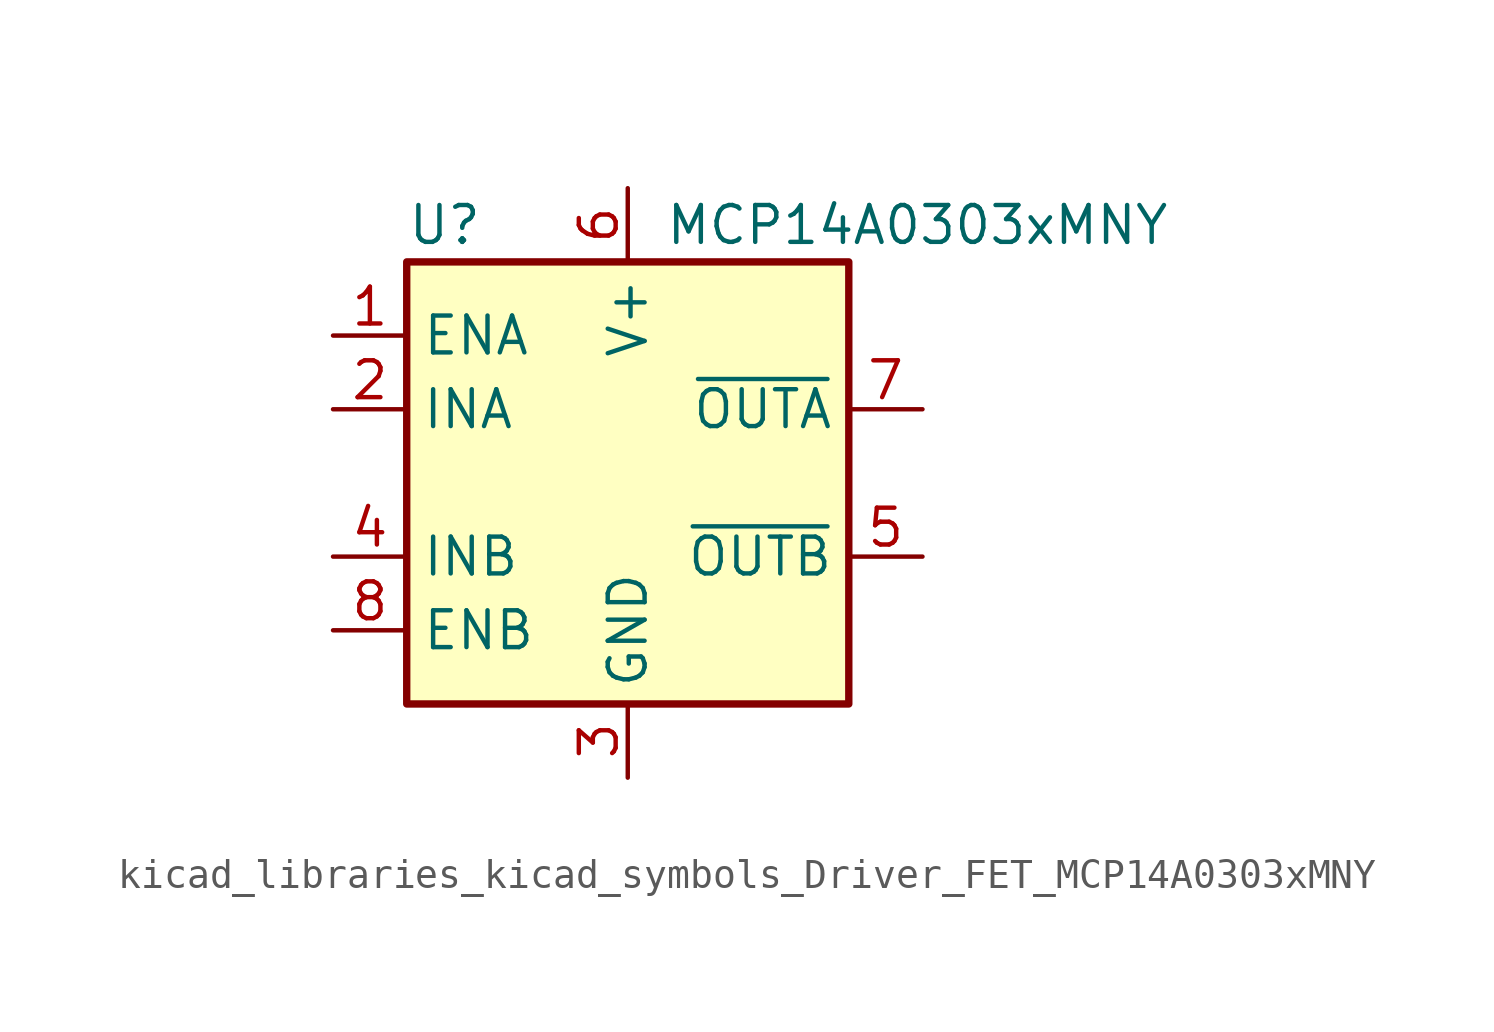
<source format=kicad_sym>
(kicad_symbol_lib
  (version 20220914)
  (generator kicad_symbol_editor)
  (symbol "kicad_libraries_kicad_symbols_Driver_FET_MCP14A0303xMNY"
    (property "Reference" "U"
      (at -7.62 8.89 0)
      (effects (font (size 1.27 1.27)) (justify left)))
    (property "Value" "MCP14A0303xMNY"
      (at 1.27 8.89 0)
      (effects (font (size 1.27 1.27)) (justify left)))
    (symbol "kicad_libraries_kicad_symbols_Driver_FET_MCP14A0303xMNY_0_1"
      (rectangle (start -7.62 -7.62) (end 7.62 7.62) (stroke (width 0.254) (type default)) (fill (type background))))
    (symbol "kicad_libraries_kicad_symbols_Driver_FET_MCP14A0303xMNY_1_1"
      (pin input line (at -10.16 5.08 0) (length 2.54) (name "ENA" (effects (font (size 1.27 1.27)))) (number "1" (effects (font (size 1.27 1.27)))))
      (pin input line (at -10.16 2.54 0) (length 2.54) (name "INA" (effects (font (size 1.27 1.27)))) (number "2" (effects (font (size 1.27 1.27)))))
      (pin power_in line (at 0 -10.16 90) (length 2.54) (name "GND" (effects (font (size 1.27 1.27)))) (number "3" (effects (font (size 1.27 1.27)))))
      (pin input line (at -10.16 -2.54 0) (length 2.54) (name "INB" (effects (font (size 1.27 1.27)))) (number "4" (effects (font (size 1.27 1.27)))))
      (pin output line (at 10.16 -2.54 180) (length 2.54) (name "~{OUTB}" (effects (font (size 1.27 1.27)))) (number "5" (effects (font (size 1.27 1.27)))))
      (pin power_in line (at 0 10.16 270) (length 2.54) (name "V+" (effects (font (size 1.27 1.27)))) (number "6" (effects (font (size 1.27 1.27)))))
      (pin output line (at 10.16 2.54 180) (length 2.54) (name "~{OUTA}" (effects (font (size 1.27 1.27)))) (number "7" (effects (font (size 1.27 1.27)))))
      (pin input line (at -10.16 -5.08 0) (length 2.54) (name "ENB" (effects (font (size 1.27 1.27)))) (number "8" (effects (font (size 1.27 1.27)))))
      (pin passive line (at 0 -10.16 90) (length 2.54) hide (name "GND" (effects (font (size 1.27 1.27)))) (number "9" (effects (font (size 1.27 1.27))))))))
</source>
